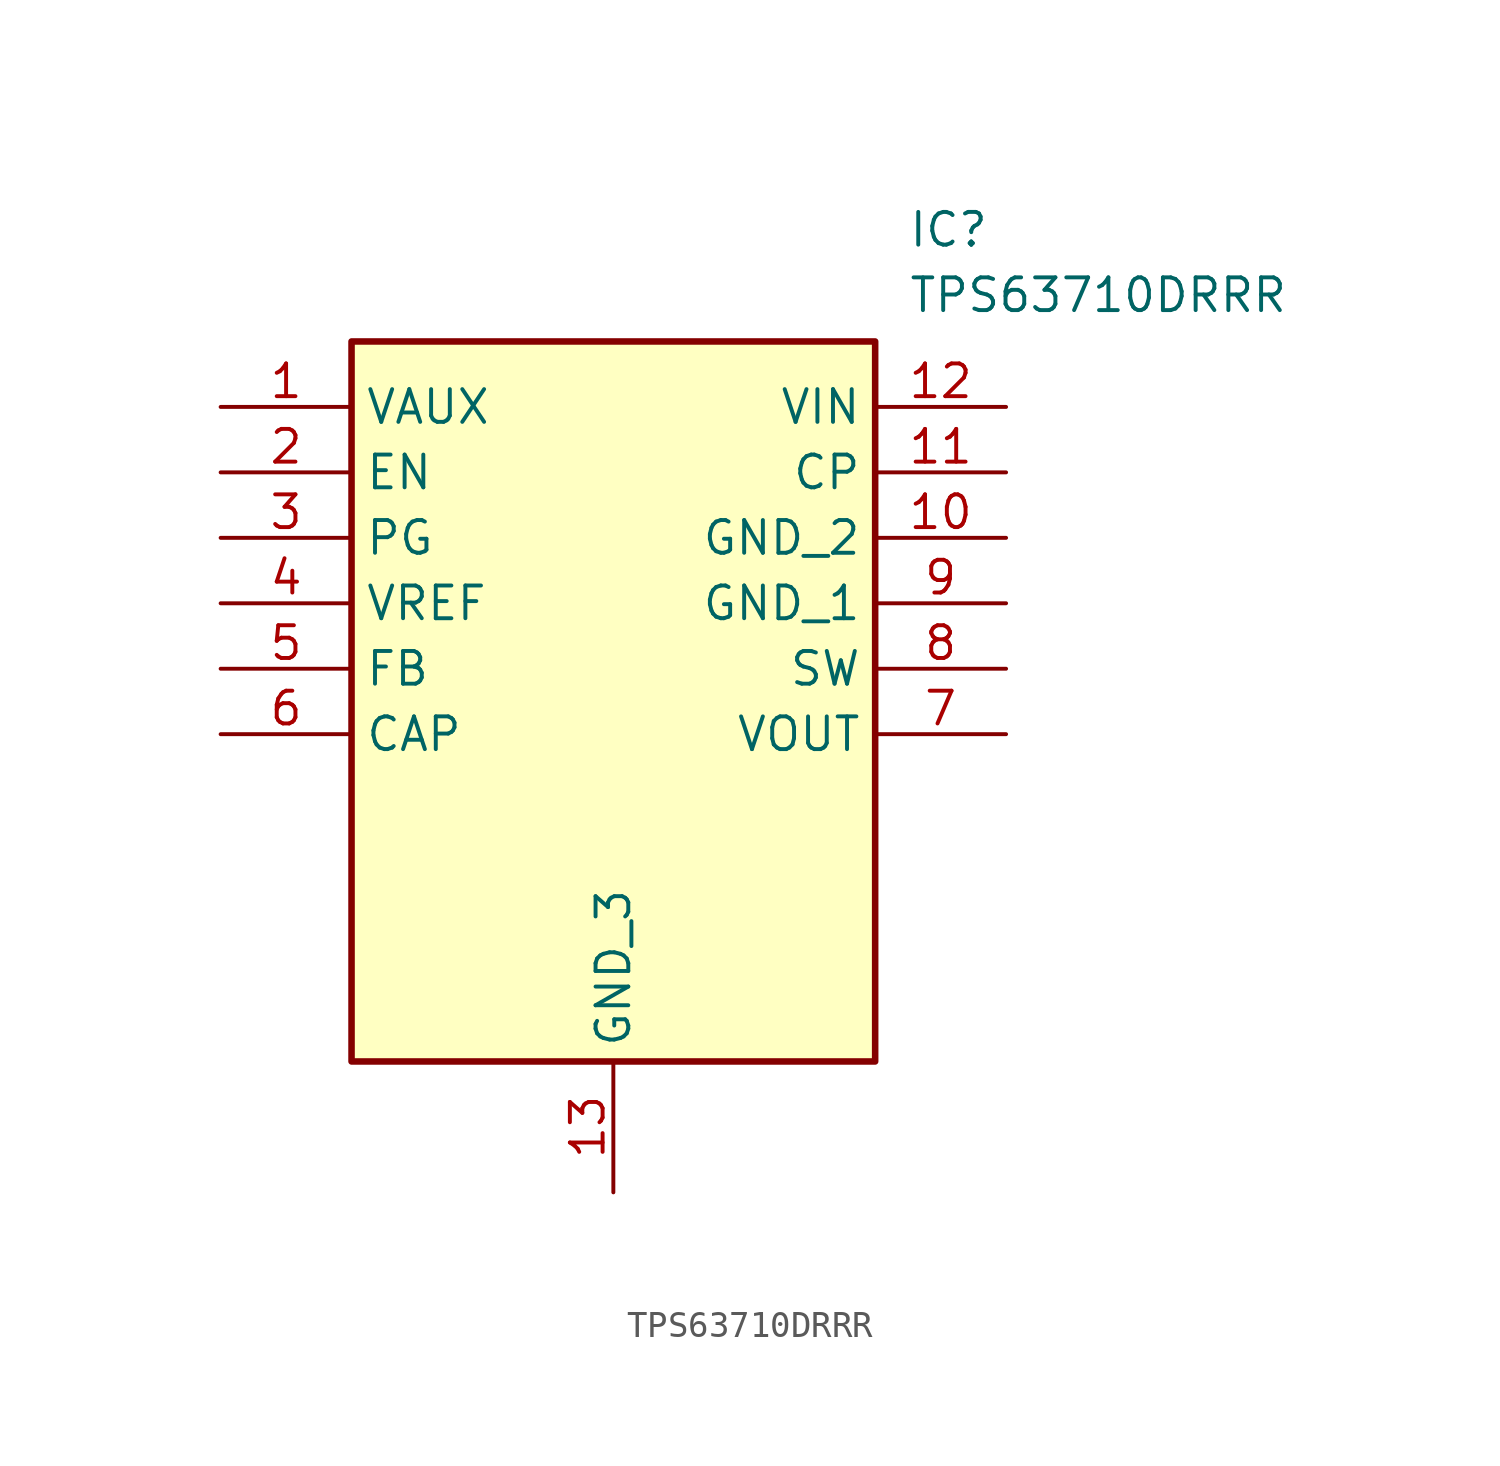
<source format=kicad_sym>
(kicad_symbol_lib
  (version 20211014)
  (generator SamacSys_ECAD_Model)
  (symbol "TPS63710DRRR"
    (property "Reference" "IC"
      (at 26.67 7.62 0)
      (effects (font (size 1.27 1.27)) (justify left top)))
    (property "Value" "TPS63710DRRR"
      (at 26.67 5.08 0)
      (effects (font (size 1.27 1.27)) (justify left top)))
    (rectangle
      (start 5.08 2.54)
      (end 25.4 -25.4)
      (stroke (width 0.254) (type default))
      (fill (type background)))
    (pin passive line
      (at 0 0 0)
      (length 5.08)
      (name "VAUX" (effects (font (size 1.27 1.27))))
      (number "1" (effects (font (size 1.27 1.27)))))
    (pin passive line
      (at 0 -2.54 0)
      (length 5.08)
      (name "EN" (effects (font (size 1.27 1.27))))
      (number "2" (effects (font (size 1.27 1.27)))))
    (pin passive line
      (at 0 -5.08 0)
      (length 5.08)
      (name "PG" (effects (font (size 1.27 1.27))))
      (number "3" (effects (font (size 1.27 1.27)))))
    (pin passive line
      (at 0 -7.62 0)
      (length 5.08)
      (name "VREF" (effects (font (size 1.27 1.27))))
      (number "4" (effects (font (size 1.27 1.27)))))
    (pin passive line
      (at 0 -10.16 0)
      (length 5.08)
      (name "FB" (effects (font (size 1.27 1.27))))
      (number "5" (effects (font (size 1.27 1.27)))))
    (pin passive line
      (at 0 -12.7 0)
      (length 5.08)
      (name "CAP" (effects (font (size 1.27 1.27))))
      (number "6" (effects (font (size 1.27 1.27)))))
    (pin passive line
      (at 15.24 -30.48 90)
      (length 5.08)
      (name "GND_3" (effects (font (size 1.27 1.27))))
      (number "13" (effects (font (size 1.27 1.27)))))
    (pin passive line
      (at 30.48 0 180)
      (length 5.08)
      (name "VIN" (effects (font (size 1.27 1.27))))
      (number "12" (effects (font (size 1.27 1.27)))))
    (pin passive line
      (at 30.48 -2.54 180)
      (length 5.08)
      (name "CP" (effects (font (size 1.27 1.27))))
      (number "11" (effects (font (size 1.27 1.27)))))
    (pin passive line
      (at 30.48 -5.08 180)
      (length 5.08)
      (name "GND_2" (effects (font (size 1.27 1.27))))
      (number "10" (effects (font (size 1.27 1.27)))))
    (pin passive line
      (at 30.48 -7.62 180)
      (length 5.08)
      (name "GND_1" (effects (font (size 1.27 1.27))))
      (number "9" (effects (font (size 1.27 1.27)))))
    (pin passive line
      (at 30.48 -10.16 180)
      (length 5.08)
      (name "SW" (effects (font (size 1.27 1.27))))
      (number "8" (effects (font (size 1.27 1.27)))))
    (pin passive line
      (at 30.48 -12.7 180)
      (length 5.08)
      (name "VOUT" (effects (font (size 1.27 1.27))))
      (number "7" (effects (font (size 1.27 1.27)))))))
</source>
